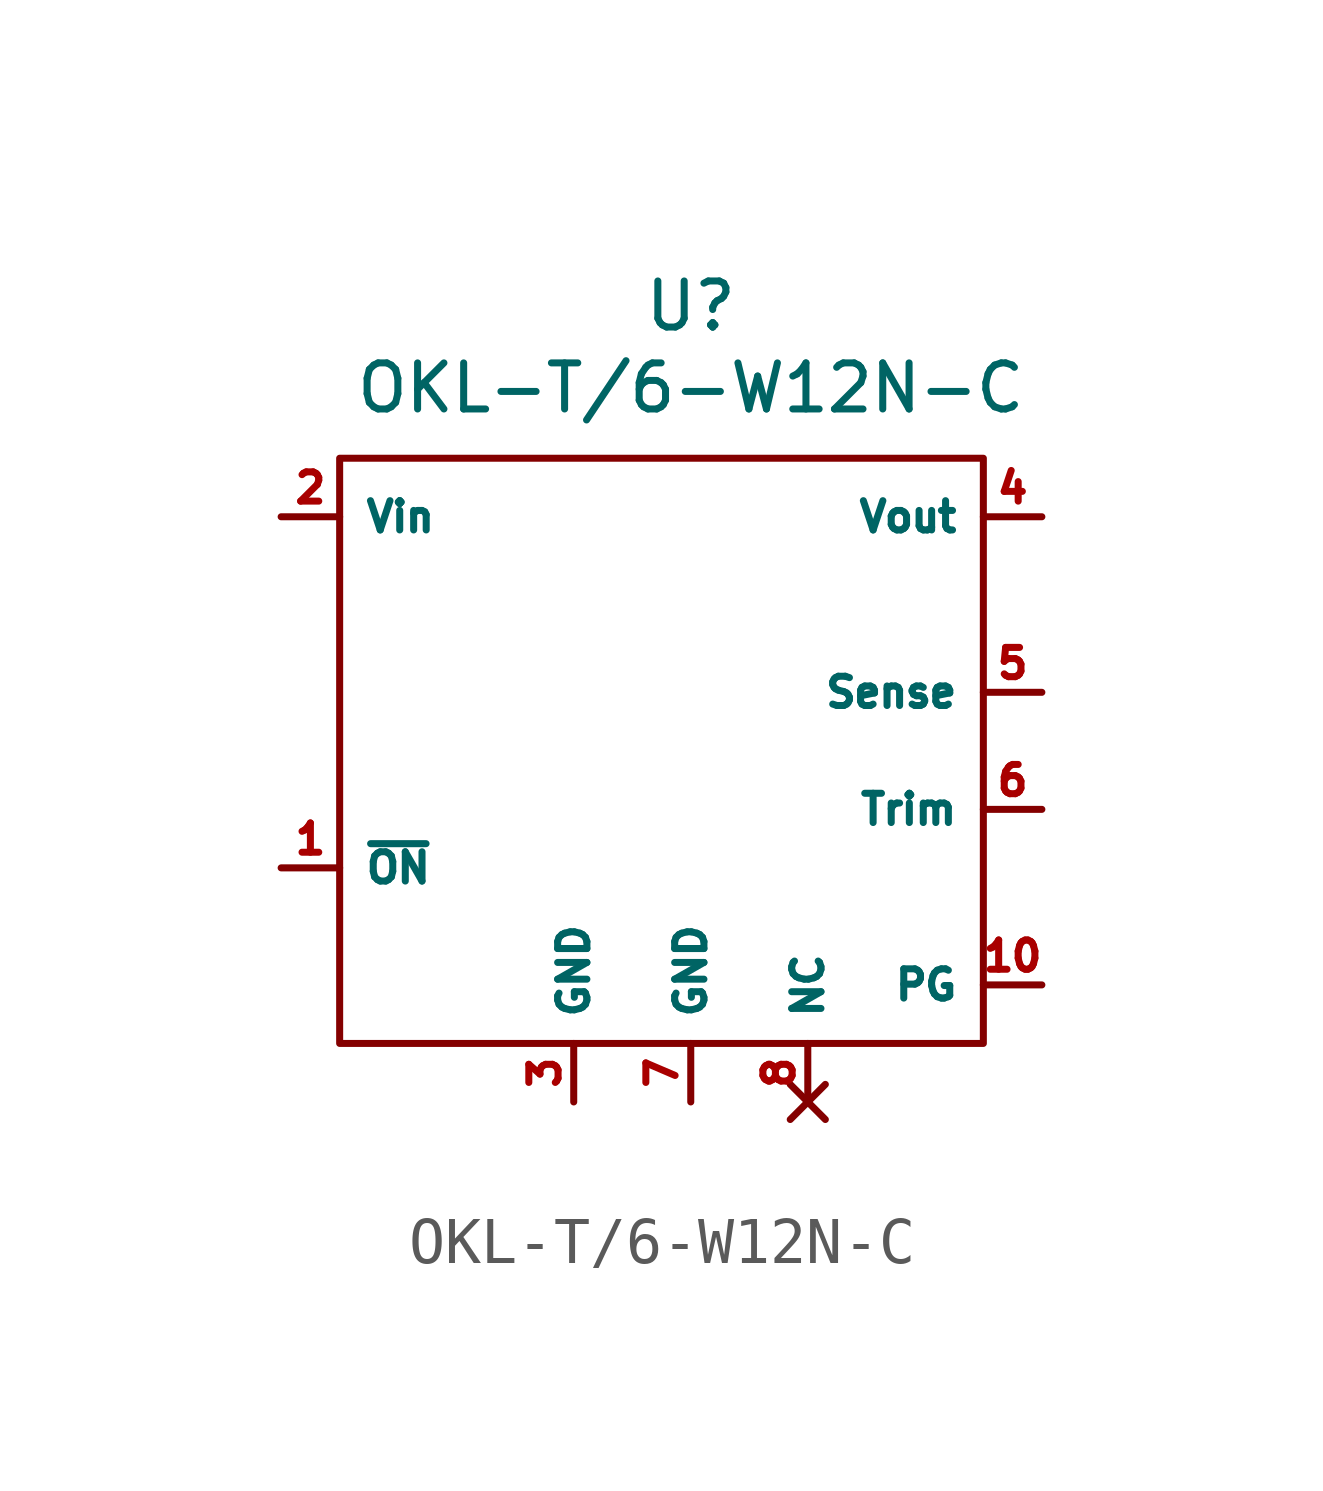
<source format=kicad_sym>
(kicad_symbol_lib
  (version 20241209)
  (generator "kicad_symbol_editor")
  (generator_version "9.0")
  (symbol "OKL-T/6-W12N-C"
    (property "Reference" "U"
      (at 0 7.112 0)
      (effects (font (size 1 1))))
    (property "Value" "OKL-T/6-W12N-C"
      (at 0 5.334 0)
      (effects (font (size 1 1))))
    (symbol "OKL-T/6-W12N-C_0_1"
      (rectangle (start -7.62 3.81) (end 6.35 -8.89) (stroke (width 0) (type default)) (fill (type none))))
    (symbol "OKL-T/6-W12N-C_1_1"
      (pin power_in line (at -8.89 2.54 0) (length 1.27) (name "Vin" (effects (font (size 0.635 0.635)))) (number "2" (effects (font (size 0.635 0.635)))))
      (pin input line (at -8.89 -5.08 0) (length 1.27) (name "~{ON}" (effects (font (size 0.635 0.635)))) (number "1" (effects (font (size 0.635 0.635)))))
      (pin power_in line (at -2.54 -10.16 90) (length 1.27) (name "GND" (effects (font (size 0.635 0.635)))) (number "3" (effects (font (size 0.635 0.635)))))
      (pin power_in line (at 0 -10.16 90) (length 1.27) (name "GND" (effects (font (size 0.635 0.635)))) (number "7" (effects (font (size 0.635 0.635)))))
      (pin no_connect line (at 2.54 -10.16 90) (length 1.27) (hide yes) (name "NC" (effects (font (size 0.635 0.635)))) (number "11" (effects (font (size 0.635 0.635)))))
      (pin no_connect line (at 2.54 -10.16 90) (length 1.27) (hide yes) (name "NC" (effects (font (size 0.635 0.635)))) (number "12" (effects (font (size 0.635 0.635)))))
      (pin no_connect line (at 2.54 -10.16 90) (length 1.27) (name "NC" (effects (font (size 0.635 0.635)))) (number "8" (effects (font (size 0.635 0.635)))))
      (pin no_connect line (at 2.54 -10.16 90) (length 1.27) (hide yes) (name "NC" (effects (font (size 0.635 0.635)))) (number "9" (effects (font (size 0.635 0.635)))))
      (pin power_out line (at 7.62 2.54 180) (length 1.27) (name "Vout" (effects (font (size 0.635 0.635)))) (number "4" (effects (font (size 0.635 0.635)))))
      (pin input line (at 7.62 -1.27 180) (length 1.27) (name "Sense" (effects (font (size 0.635 0.635)))) (number "5" (effects (font (size 0.635 0.635)))))
      (pin input line (at 7.62 -3.81 180) (length 1.27) (name "Trim" (effects (font (size 0.635 0.635)))) (number "6" (effects (font (size 0.635 0.635)))))
      (pin output line (at 7.62 -7.62 180) (length 1.27) (name "PG" (effects (font (size 0.635 0.635)))) (number "10" (effects (font (size 0.635 0.635))))))))
</source>
